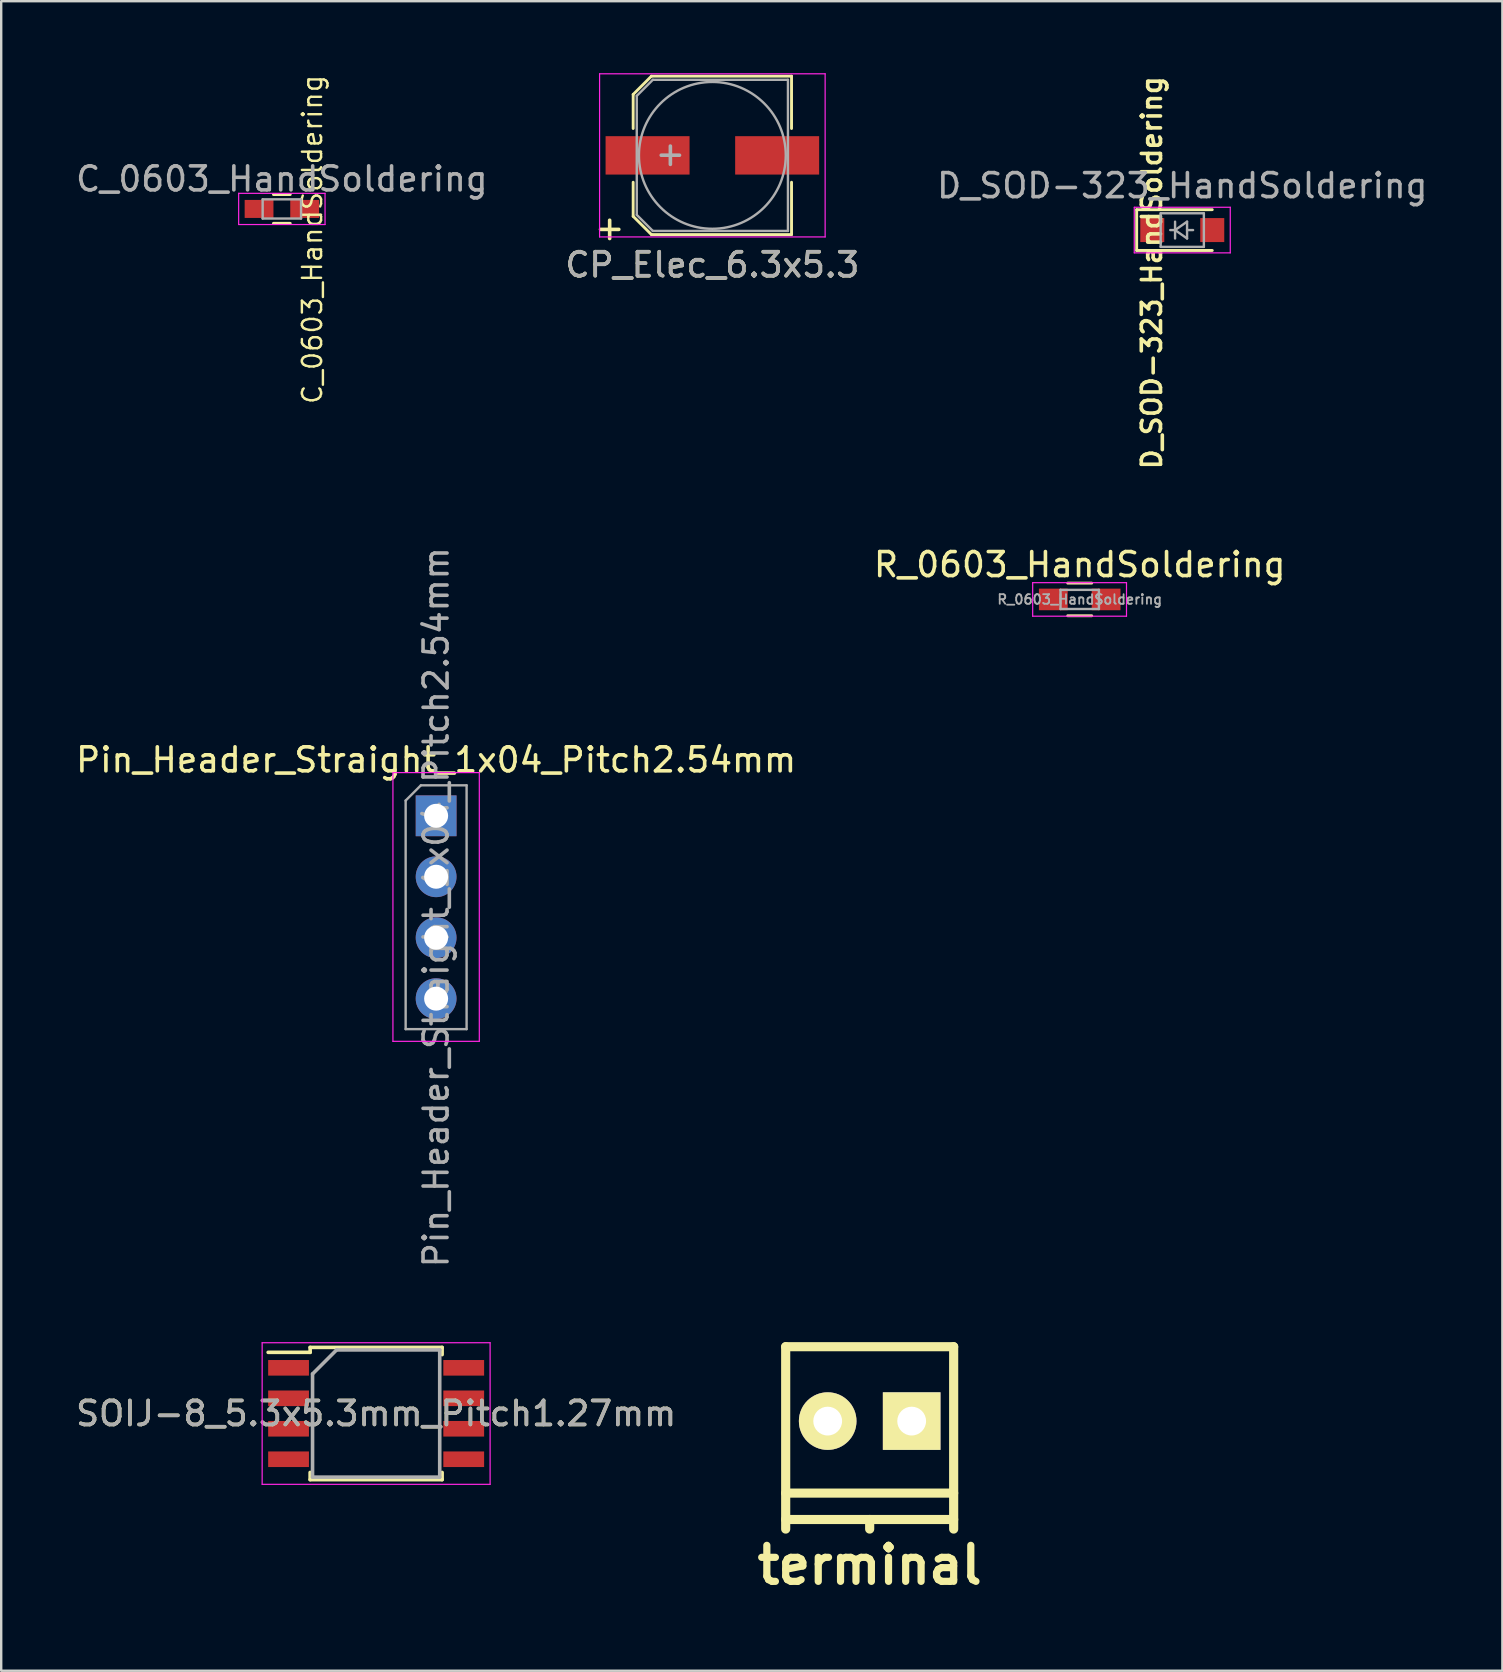
<source format=kicad_pcb>
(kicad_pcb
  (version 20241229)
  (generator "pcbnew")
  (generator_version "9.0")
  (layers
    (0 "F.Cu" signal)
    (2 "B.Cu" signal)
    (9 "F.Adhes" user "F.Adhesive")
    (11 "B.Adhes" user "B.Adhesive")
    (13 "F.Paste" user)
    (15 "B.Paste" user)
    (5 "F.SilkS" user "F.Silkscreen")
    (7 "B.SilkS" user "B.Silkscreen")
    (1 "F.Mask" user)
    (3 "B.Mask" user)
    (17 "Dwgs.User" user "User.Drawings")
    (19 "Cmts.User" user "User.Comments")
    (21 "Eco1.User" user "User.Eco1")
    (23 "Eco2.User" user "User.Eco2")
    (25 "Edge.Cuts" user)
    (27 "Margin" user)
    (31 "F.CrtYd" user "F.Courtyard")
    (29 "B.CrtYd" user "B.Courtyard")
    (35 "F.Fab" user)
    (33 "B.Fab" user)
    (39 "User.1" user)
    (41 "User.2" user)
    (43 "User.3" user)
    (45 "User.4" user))
  (footprint "Pin_Header_Straight_1x04_Pitch2.54mm"
    (layer "F.Cu")
    (at 15.125 30.948)
    (property "Reference" "Pin_Header_Straight_1x04_Pitch2.54mm" (at 0 -2.33 0) (layer "F.SilkS") (effects (font (size 1 1) (thickness 0.15))))
    (attr through_hole)
    (fp_line (start -1.8 -1.8) (end -1.8 9.4) (stroke (width 0.05) (type solid)) (layer "F.CrtYd"))
    (fp_line (start -1.8 9.4) (end 1.8 9.4) (stroke (width 0.05) (type solid)) (layer "F.CrtYd"))
    (fp_line (start 1.8 -1.8) (end -1.8 -1.8) (stroke (width 0.05) (type solid)) (layer "F.CrtYd"))
    (fp_line (start 1.8 9.4) (end 1.8 -1.8) (stroke (width 0.05) (type solid)) (layer "F.CrtYd"))
    (fp_line (start -1.27 -0.635) (end -0.635 -1.27) (stroke (width 0.1) (type solid)) (layer "F.Fab"))
    (fp_line (start -1.27 8.89) (end -1.27 -0.635) (stroke (width 0.1) (type solid)) (layer "F.Fab"))
    (fp_line (start -0.635 -1.27) (end 1.27 -1.27) (stroke (width 0.1) (type solid)) (layer "F.Fab"))
    (fp_line (start 1.27 -1.27) (end 1.27 8.89) (stroke (width 0.1) (type solid)) (layer "F.Fab"))
    (fp_line (start 1.27 8.89) (end -1.27 8.89) (stroke (width 0.1) (type solid)) (layer "F.Fab"))
    (fp_text user "${REFERENCE}" (at 0 3.81 90) (layer "F.Fab") (effects (font (size 1 1) (thickness 0.15))))
    (pad "1" thru_hole rect (at 0 0) (size 1.7 1.7) (drill 1) (layers "*.Cu" "*.Mask"))
    (pad "2" thru_hole oval (at 0 2.54) (size 1.7 1.7) (drill 1) (layers "*.Cu" "*.Mask"))
    (pad "3" thru_hole oval (at 0 5.08) (size 1.7 1.7) (drill 1) (layers "*.Cu" "*.Mask"))
    (pad "4" thru_hole oval (at 0 7.62) (size 1.7 1.7) (drill 1) (layers "*.Cu" "*.Mask")))
  (footprint "SOIJ-8_5.3x5.3mm_Pitch1.27mm"
    (layer "F.Cu")
    (at 12.625 55.858)
    (property "Reference" "SOIJ-8_5.3x5.3mm_Pitch1.27mm" (at 0 0 0) (layer "F.SilkS") (effects (font (size 1 1) (thickness 0.15))))
    (attr smd)
    (fp_line (start -2.75 -2.755) (end -2.75 -2.55) (stroke (width 0.15) (type solid)) (layer "F.SilkS"))
    (fp_line (start -2.75 -2.755) (end 2.75 -2.755) (stroke (width 0.15) (type solid)) (layer "F.SilkS"))
    (fp_line (start -2.75 -2.55) (end -4.5 -2.55) (stroke (width 0.15) (type solid)) (layer "F.SilkS"))
    (fp_line (start -2.75 2.755) (end -2.75 2.455) (stroke (width 0.15) (type solid)) (layer "F.SilkS"))
    (fp_line (start -2.75 2.755) (end 2.75 2.755) (stroke (width 0.15) (type solid)) (layer "F.SilkS"))
    (fp_line (start 2.75 -2.755) (end 2.75 -2.455) (stroke (width 0.15) (type solid)) (layer "F.SilkS"))
    (fp_line (start 2.75 2.755) (end 2.75 2.455) (stroke (width 0.15) (type solid)) (layer "F.SilkS"))
    (fp_line (start -4.75 -2.95) (end -4.75 2.95) (stroke (width 0.05) (type solid)) (layer "F.CrtYd"))
    (fp_line (start -4.75 -2.95) (end 4.75 -2.95) (stroke (width 0.05) (type solid)) (layer "F.CrtYd"))
    (fp_line (start -4.75 2.95) (end 4.75 2.95) (stroke (width 0.05) (type solid)) (layer "F.CrtYd"))
    (fp_line (start 4.75 -2.95) (end 4.75 2.95) (stroke (width 0.05) (type solid)) (layer "F.CrtYd"))
    (fp_line (start -2.65 -1.65) (end -1.65 -2.65) (stroke (width 0.15) (type solid)) (layer "F.Fab"))
    (fp_line (start -2.65 2.65) (end -2.65 -1.65) (stroke (width 0.15) (type solid)) (layer "F.Fab"))
    (fp_line (start -1.65 -2.65) (end 2.65 -2.65) (stroke (width 0.15) (type solid)) (layer "F.Fab"))
    (fp_line (start 2.65 -2.65) (end 2.65 2.65) (stroke (width 0.15) (type solid)) (layer "F.Fab"))
    (fp_line (start 2.65 2.65) (end -2.65 2.65) (stroke (width 0.15) (type solid)) (layer "F.Fab"))
    (fp_text user "${REFERENCE}" (at 0 0 0) (layer "F.Fab") (effects (font (size 1 1) (thickness 0.15))))
    (pad "1" smd rect (at -3.65 -1.905) (size 1.7 0.65) (layers "F.Cu" "F.Mask" "F.Paste"))
    (pad "2" smd rect (at -3.65 -0.635) (size 1.7 0.65) (layers "F.Cu" "F.Mask" "F.Paste"))
    (pad "3" smd rect (at -3.65 0.635) (size 1.7 0.65) (layers "F.Cu" "F.Mask" "F.Paste"))
    (pad "4" smd rect (at -3.65 1.905) (size 1.7 0.65) (layers "F.Cu" "F.Mask" "F.Paste"))
    (pad "5" smd rect (at 3.65 1.905) (size 1.7 0.65) (layers "F.Cu" "F.Mask" "F.Paste"))
    (pad "6" smd rect (at 3.65 0.635) (size 1.7 0.65) (layers "F.Cu" "F.Mask" "F.Paste"))
    (pad "7" smd rect (at 3.65 -0.635) (size 1.7 0.65) (layers "F.Cu" "F.Mask" "F.Paste"))
    (pad "8" smd rect (at 3.65 -1.905) (size 1.7 0.65) (layers "F.Cu" "F.Mask" "F.Paste")))
  (footprint "C_0603_HandSoldering"
    (layer "F.Cu")
    (at 8.696 5.657)
    (property "Reference" "C_0603_HandSoldering" (at 1.27 1.27 90) (layer "F.SilkS") (effects (font (size 0.8 0.8) (thickness 0.1))))
    (attr smd)
    (fp_line (start -0.35 -0.6) (end 0.35 -0.6) (stroke (width 0.12) (type solid)) (layer "F.SilkS"))
    (fp_line (start 0.35 0.6) (end -0.35 0.6) (stroke (width 0.12) (type solid)) (layer "F.SilkS"))
    (fp_line (start -1.8 -0.65) (end -1.8 0.65) (stroke (width 0.05) (type solid)) (layer "F.CrtYd"))
    (fp_line (start -1.8 -0.65) (end 1.8 -0.65) (stroke (width 0.05) (type solid)) (layer "F.CrtYd"))
    (fp_line (start 1.8 0.65) (end -1.8 0.65) (stroke (width 0.05) (type solid)) (layer "F.CrtYd"))
    (fp_line (start 1.8 0.65) (end 1.8 -0.65) (stroke (width 0.05) (type solid)) (layer "F.CrtYd"))
    (fp_line (start -0.8 -0.4) (end 0.8 -0.4) (stroke (width 0.1) (type solid)) (layer "F.Fab"))
    (fp_line (start -0.8 0.4) (end -0.8 -0.4) (stroke (width 0.1) (type solid)) (layer "F.Fab"))
    (fp_line (start 0.8 -0.4) (end 0.8 0.4) (stroke (width 0.1) (type solid)) (layer "F.Fab"))
    (fp_line (start 0.8 0.4) (end -0.8 0.4) (stroke (width 0.1) (type solid)) (layer "F.Fab"))
    (fp_text user "${REFERENCE}" (at 0 -1.25 0) (layer "F.Fab") (effects (font (size 1 1) (thickness 0.15))))
    (pad "1" smd rect (at -0.95 0) (size 1.2 0.75) (layers "F.Cu" "F.Mask" "F.Paste"))
    (pad "2" smd rect (at 0.95 0) (size 1.2 0.75) (layers "F.Cu" "F.Mask" "F.Paste")))
  (footprint "R_0603_HandSoldering"
    (layer "F.Cu")
    (at 41.946 21.931)
    (property "Reference" "R_0603_HandSoldering" (at 0 -1.45 0) (layer "F.SilkS") (effects (font (size 1 1) (thickness 0.15))))
    (attr smd)
    (fp_line (start -0.5 -0.68) (end 0.5 -0.68) (stroke (width 0.12) (type solid)) (layer "F.SilkS"))
    (fp_line (start 0.5 0.68) (end -0.5 0.68) (stroke (width 0.12) (type solid)) (layer "F.SilkS"))
    (fp_line (start -1.96 -0.7) (end -1.96 0.7) (stroke (width 0.05) (type solid)) (layer "F.CrtYd"))
    (fp_line (start -1.96 -0.7) (end 1.95 -0.7) (stroke (width 0.05) (type solid)) (layer "F.CrtYd"))
    (fp_line (start 1.95 0.7) (end -1.96 0.7) (stroke (width 0.05) (type solid)) (layer "F.CrtYd"))
    (fp_line (start 1.95 0.7) (end 1.95 -0.7) (stroke (width 0.05) (type solid)) (layer "F.CrtYd"))
    (fp_line (start -0.8 -0.4) (end 0.8 -0.4) (stroke (width 0.1) (type solid)) (layer "F.Fab"))
    (fp_line (start -0.8 0.4) (end -0.8 -0.4) (stroke (width 0.1) (type solid)) (layer "F.Fab"))
    (fp_line (start 0.8 -0.4) (end 0.8 0.4) (stroke (width 0.1) (type solid)) (layer "F.Fab"))
    (fp_line (start 0.8 0.4) (end -0.8 0.4) (stroke (width 0.1) (type solid)) (layer "F.Fab"))
    (fp_text user "${REFERENCE}" (at 0 0 0) (layer "F.Fab") (effects (font (size 0.4 0.4) (thickness 0.075))))
    (pad "1" smd rect (at -1.1 0) (size 1.2 0.9) (layers "F.Cu" "F.Mask" "F.Paste"))
    (pad "2" smd rect (at 1.1 0) (size 1.2 0.9) (layers "F.Cu" "F.Mask" "F.Paste")))
  (footprint "D_SOD-323_HandSoldering"
    (layer "F.Cu")
    (at 46.22 6.538)
    (property "Reference" "D_SOD-323_HandSoldering" (at -1.27 1.778 90) (layer "F.SilkS") (effects (font (size 0.8 0.8) (thickness 0.15))))
    (attr smd)
    (fp_line (start -1.9 -0.85) (end -1.9 0.85) (stroke (width 0.12) (type solid)) (layer "F.SilkS"))
    (fp_line (start -1.9 -0.85) (end 1.25 -0.85) (stroke (width 0.12) (type solid)) (layer "F.SilkS"))
    (fp_line (start -1.9 0.85) (end 1.25 0.85) (stroke (width 0.12) (type solid)) (layer "F.SilkS"))
    (fp_line (start -2 -0.95) (end -2 0.95) (stroke (width 0.05) (type solid)) (layer "F.CrtYd"))
    (fp_line (start -2 -0.95) (end 2 -0.95) (stroke (width 0.05) (type solid)) (layer "F.CrtYd"))
    (fp_line (start -2 0.95) (end 2 0.95) (stroke (width 0.05) (type solid)) (layer "F.CrtYd"))
    (fp_line (start 2 -0.95) (end 2 0.95) (stroke (width 0.05) (type solid)) (layer "F.CrtYd"))
    (fp_line (start -0.9 -0.7) (end 0.9 -0.7) (stroke (width 0.1) (type solid)) (layer "F.Fab"))
    (fp_line (start -0.9 0.7) (end -0.9 -0.7) (stroke (width 0.1) (type solid)) (layer "F.Fab"))
    (fp_line (start -0.3 -0.35) (end -0.3 0.35) (stroke (width 0.1) (type solid)) (layer "F.Fab"))
    (fp_line (start -0.3 0) (end -0.5 0) (stroke (width 0.1) (type solid)) (layer "F.Fab"))
    (fp_line (start -0.3 0) (end 0.2 -0.35) (stroke (width 0.1) (type solid)) (layer "F.Fab"))
    (fp_line (start 0.2 -0.35) (end 0.2 0.35) (stroke (width 0.1) (type solid)) (layer "F.Fab"))
    (fp_line (start 0.2 0) (end 0.45 0) (stroke (width 0.1) (type solid)) (layer "F.Fab"))
    (fp_line (start 0.2 0.35) (end -0.3 0) (stroke (width 0.1) (type solid)) (layer "F.Fab"))
    (fp_line (start 0.9 -0.7) (end 0.9 0.7) (stroke (width 0.1) (type solid)) (layer "F.Fab"))
    (fp_line (start 0.9 0.7) (end -0.9 0.7) (stroke (width 0.1) (type solid)) (layer "F.Fab"))
    (fp_text user "${REFERENCE}" (at 0 -1.85 0) (layer "F.Fab") (effects (font (size 1 1) (thickness 0.15))))
    (pad "1" smd rect (at -1.25 0) (size 1 1) (layers "F.Cu" "F.Mask" "F.Paste"))
    (pad "2" smd rect (at 1.25 0) (size 1 1) (layers "F.Cu" "F.Mask" "F.Paste")))
  (footprint "CP_Elec_6.3x5.3"
    (layer "F.Cu")
    (at 26.637 3.425)
    (property "Reference" "CP_Elec_6.3x5.3" (at 0 4.56 0) (layer "F.SilkS") (effects (font (size 1 1) (thickness 0.15))))
    (attr smd)
    (fp_line (start -3.3 -2.54) (end -3.3 -1.12) (stroke (width 0.12) (type solid)) (layer "F.SilkS"))
    (fp_line (start -3.3 -2.54) (end -2.54 -3.3) (stroke (width 0.12) (type solid)) (layer "F.SilkS"))
    (fp_line (start -3.3 2.54) (end -3.3 1.12) (stroke (width 0.12) (type solid)) (layer "F.SilkS"))
    (fp_line (start -2.54 -3.3) (end 3.3 -3.3) (stroke (width 0.12) (type solid)) (layer "F.SilkS"))
    (fp_line (start -2.54 3.3) (end -3.3 2.54) (stroke (width 0.12) (type solid)) (layer "F.SilkS"))
    (fp_line (start 3.3 -3.3) (end 3.3 -1.12) (stroke (width 0.12) (type solid)) (layer "F.SilkS"))
    (fp_line (start 3.3 3.3) (end -2.54 3.3) (stroke (width 0.12) (type solid)) (layer "F.SilkS"))
    (fp_line (start 3.3 3.3) (end 3.3 1.12) (stroke (width 0.12) (type solid)) (layer "F.SilkS"))
    (fp_line (start -4.7 -3.4) (end -4.7 3.4) (stroke (width 0.05) (type solid)) (layer "F.CrtYd"))
    (fp_line (start -4.7 -3.4) (end 4.7 -3.4) (stroke (width 0.05) (type solid)) (layer "F.CrtYd"))
    (fp_line (start 4.7 3.4) (end -4.7 3.4) (stroke (width 0.05) (type solid)) (layer "F.CrtYd"))
    (fp_line (start 4.7 3.4) (end 4.7 -3.4) (stroke (width 0.05) (type solid)) (layer "F.CrtYd"))
    (fp_line (start -3.15 -2.48) (end -3.15 2.48) (stroke (width 0.1) (type solid)) (layer "F.Fab"))
    (fp_line (start -3.15 2.48) (end -2.48 3.15) (stroke (width 0.1) (type solid)) (layer "F.Fab"))
    (fp_line (start -2.48 -3.15) (end -3.15 -2.48) (stroke (width 0.1) (type solid)) (layer "F.Fab"))
    (fp_line (start -2.48 3.15) (end 3.15 3.15) (stroke (width 0.1) (type solid)) (layer "F.Fab"))
    (fp_line (start 3.15 -3.15) (end -2.48 -3.15) (stroke (width 0.1) (type solid)) (layer "F.Fab"))
    (fp_line (start 3.15 3.15) (end 3.15 -3.15) (stroke (width 0.1) (type solid)) (layer "F.Fab"))
    (fp_circle (center 0 0) (end 0.6 3) (stroke (width 0.1) (type solid)) (fill no) (layer "F.Fab"))
    (fp_text user "+" (at -4.28 3.01 0) (layer "F.SilkS") (effects (font (size 1 1) (thickness 0.15))))
    (fp_text user "${REFERENCE}" (at 0 4.56 0) (layer "F.Fab") (effects (font (size 1 1) (thickness 0.15))))
    (fp_text user "+" (at -1.75 -0.08 0) (layer "F.Fab") (effects (font (size 1 1) (thickness 0.15))))
    (pad "1" smd rect (at -2.7 0 180) (size 3.5 1.6) (layers "F.Cu" "F.Mask" "F.Paste"))
    (pad "2" smd rect (at 2.7 0 180) (size 3.5 1.6) (layers "F.Cu" "F.Mask" "F.Paste")))
  (footprint "terminal"
    (layer "F.Cu")
    (at 33.193 56.873)
    (property "Reference" "terminal" (at 0 5.3 0) (layer "F.SilkS") (effects (font (size 1.5 1.5) (thickness 0.3))))
    (attr through_hole)
    (fp_line (start -3.5 -3.8) (end -3.5 3.8) (stroke (width 0.381) (type solid)) (layer "F.SilkS"))
    (fp_line (start -3.5 2.3) (end 3.5 2.3) (stroke (width 0.381) (type solid)) (layer "F.SilkS"))
    (fp_line (start -3.5 3.4) (end 3.5 3.4) (stroke (width 0.381) (type solid)) (layer "F.SilkS"))
    (fp_line (start 0 3.4) (end 0 3.8) (stroke (width 0.381) (type solid)) (layer "F.SilkS"))
    (fp_line (start 3.5 -3.8) (end -3.5 -3.8) (stroke (width 0.381) (type solid)) (layer "F.SilkS"))
    (fp_line (start 3.5 3.8) (end 3.5 -3.8) (stroke (width 0.381) (type solid)) (layer "F.SilkS"))
    (pad "1" thru_hole rect (at 1.75 -0.7) (size 2.4 2.4) (drill 1.2) (layers "*.Cu" "*.Mask" "F.SilkS"))
    (pad "2" thru_hole circle (at -1.75 -0.7) (size 2.4 2.4) (drill 1.2) (layers "*.Cu" "*.Mask" "F.SilkS")))
  (gr_rect
    (start -3 -3)
    (end 59.56 66.577)
    (stroke (width 0.1) (type default))
    (fill no)
    (layer "Edge.Cuts")))
</source>
